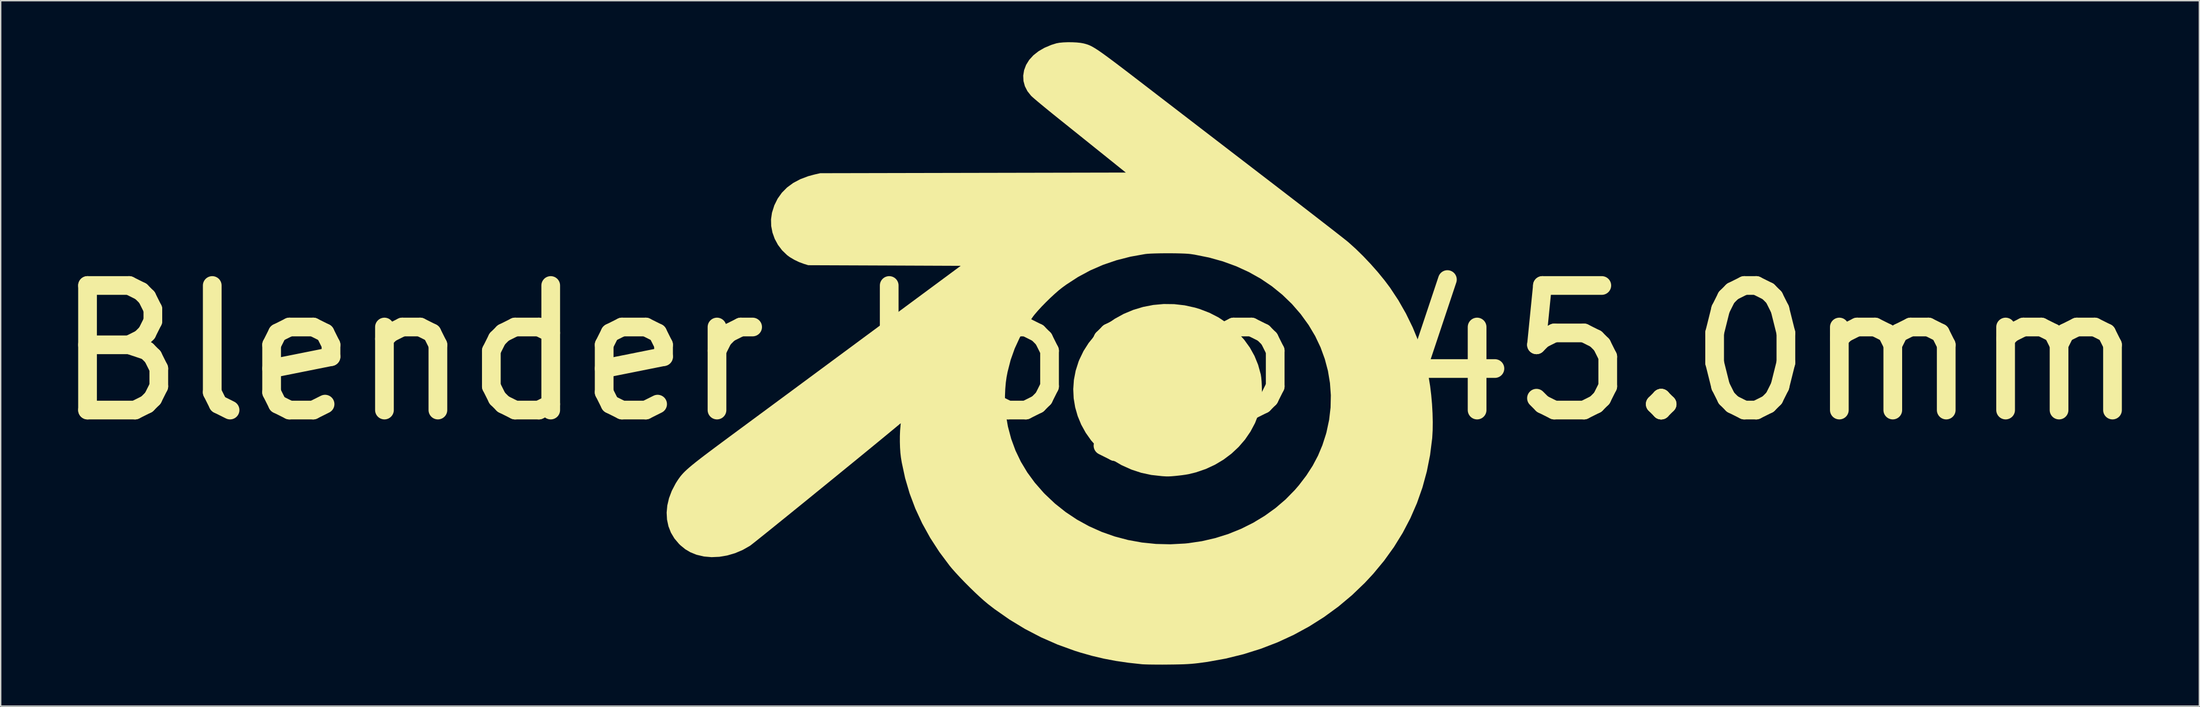
<source format=kicad_pcb>
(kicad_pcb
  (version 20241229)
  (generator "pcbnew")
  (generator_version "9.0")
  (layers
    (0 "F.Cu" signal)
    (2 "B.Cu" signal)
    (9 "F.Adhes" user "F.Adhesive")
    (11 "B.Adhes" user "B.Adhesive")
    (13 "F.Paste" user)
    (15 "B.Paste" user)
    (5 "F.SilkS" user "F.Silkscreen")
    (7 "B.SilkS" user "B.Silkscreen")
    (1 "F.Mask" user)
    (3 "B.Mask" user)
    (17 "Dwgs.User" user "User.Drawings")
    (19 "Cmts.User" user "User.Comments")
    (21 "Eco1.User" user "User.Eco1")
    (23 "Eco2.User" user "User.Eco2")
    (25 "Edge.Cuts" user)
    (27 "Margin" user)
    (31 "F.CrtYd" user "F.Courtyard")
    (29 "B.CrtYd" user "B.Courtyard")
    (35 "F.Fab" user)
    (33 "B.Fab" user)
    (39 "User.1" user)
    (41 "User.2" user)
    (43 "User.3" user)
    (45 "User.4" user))
  (footprint "Blender Logo 45.0mm"
    (layer "F.Cu")
    (at 76.339 22.482)
    (property "Reference" "Blender Logo 45.0mm" (at 0 0 180) (layer "F.SilkS") (effects (font (size 9 9) (thickness 1.35))))
    (attr board_only exclude_from_pos_files exclude_from_bom)
    (fp_poly (pts (xy 5.35 -3.559) (xy 6.107 -3.473) (xy 6.857 -3.307) (xy 7.216 -3.198) (xy 7.912 -2.928) (xy 8.55 -2.599) (xy 9.143 -2.204) (xy 9.702 -1.735) (xy 9.911 -1.534) (xy 10.404 -0.989) (xy 10.816 -0.418) (xy 11.15 0.185) (xy 11.41 0.824) (xy 11.598 1.505) (xy 11.6 1.512) (xy 11.635 1.736) (xy 11.661 2.024) (xy 11.677 2.351) (xy 11.683 2.694) (xy 11.678 3.032) (xy 11.663 3.34) (xy 11.637 3.597) (xy 11.621 3.693) (xy 11.443 4.378) (xy 11.188 5.031) (xy 10.859 5.649) (xy 10.463 6.227) (xy 10.003 6.76) (xy 9.485 7.244) (xy 8.913 7.674) (xy 8.292 8.045) (xy 7.626 8.354) (xy 6.921 8.595) (xy 6.389 8.725) (xy 6.186 8.76) (xy 5.94 8.796) (xy 5.67 8.828) (xy 5.399 8.856) (xy 5.148 8.877) (xy 4.939 8.888) (xy 4.794 8.888) (xy 4.792 8.888) (xy 4.684 8.881) (xy 4.536 8.872) (xy 4.469 8.867) (xy 3.701 8.782) (xy 2.973 8.626) (xy 2.269 8.394) (xy 1.576 8.083) (xy 1.553 8.072) (xy 0.914 7.701) (xy 0.333 7.276) (xy -0.187 6.802) (xy -0.643 6.286) (xy -1.034 5.731) (xy -1.358 5.144) (xy -1.611 4.53) (xy -1.793 3.895) (xy -1.901 3.244) (xy -1.932 2.582) (xy -1.885 1.915) (xy -1.757 1.249) (xy -1.547 0.588) (xy -1.492 0.453) (xy -1.191 -0.172) (xy -0.821 -0.753) (xy -0.376 -1.301) (xy -0.112 -1.576) (xy 0.448 -2.07) (xy 1.056 -2.496) (xy 1.707 -2.854) (xy 2.394 -3.141) (xy 3.108 -3.357) (xy 3.844 -3.5) (xy 4.593 -3.568)) (stroke (width 0) (type solid)) (fill yes) (layer "F.SilkS"))
    (fp_poly (pts (xy -2.006 -22.48) (xy -1.684 -22.464) (xy -1.397 -22.434) (xy -1.192 -22.396) (xy -1.081 -22.368) (xy -0.976 -22.338) (xy -0.872 -22.303) (xy -0.764 -22.261) (xy -0.65 -22.207) (xy -0.523 -22.14) (xy -0.381 -22.056) (xy -0.218 -21.953) (xy -0.031 -21.827) (xy 0.186 -21.675) (xy 0.435 -21.495) (xy 0.722 -21.283) (xy 1.051 -21.037) (xy 1.426 -20.753) (xy 1.852 -20.429) (xy 2.332 -20.061) (xy 2.871 -19.647) (xy 3.474 -19.183) (xy 3.576 -19.105) (xy 4.073 -18.722) (xy 4.631 -18.293) (xy 5.24 -17.825) (xy 5.892 -17.323) (xy 6.579 -16.795) (xy 7.293 -16.245) (xy 8.026 -15.682) (xy 8.768 -15.112) (xy 9.511 -14.54) (xy 10.248 -13.974) (xy 10.969 -13.42) (xy 11.667 -12.883) (xy 12.329 -12.375) (xy 12.924 -11.917) (xy 13.506 -11.469) (xy 14.071 -11.034) (xy 14.614 -10.615) (xy 15.131 -10.215) (xy 15.618 -9.838) (xy 16.071 -9.486) (xy 16.486 -9.165) (xy 16.857 -8.876) (xy 17.181 -8.622) (xy 17.454 -8.408) (xy 17.671 -8.237) (xy 17.828 -8.112) (xy 17.921 -8.035) (xy 17.922 -8.035) (xy 18.45 -7.56) (xy 18.993 -7.028) (xy 19.534 -6.457) (xy 20.053 -5.869) (xy 20.532 -5.282) (xy 20.931 -4.751) (xy 21.532 -3.84) (xy 22.079 -2.88) (xy 22.566 -1.882) (xy 22.987 -0.86) (xy 23.338 0.176) (xy 23.613 1.211) (xy 23.729 1.772) (xy 23.825 2.364) (xy 23.902 2.999) (xy 23.961 3.656) (xy 23.998 4.314) (xy 24.014 4.954) (xy 24.007 5.554) (xy 23.976 6.094) (xy 23.973 6.133) (xy 23.82 7.346) (xy 23.585 8.531) (xy 23.27 9.687) (xy 22.874 10.813) (xy 22.399 11.906) (xy 21.845 12.965) (xy 21.213 13.989) (xy 20.503 14.977) (xy 19.716 15.927) (xy 19.11 16.579) (xy 18.183 17.469) (xy 17.204 18.29) (xy 16.175 19.042) (xy 15.098 19.725) (xy 13.976 20.336) (xy 12.809 20.875) (xy 11.601 21.34) (xy 10.354 21.732) (xy 9.07 22.048) (xy 7.751 22.287) (xy 7.101 22.375) (xy 6.844 22.404) (xy 6.592 22.427) (xy 6.33 22.445) (xy 6.043 22.459) (xy 5.716 22.469) (xy 5.333 22.476) (xy 4.879 22.481) (xy 4.879 22.481) (xy 4.512 22.484) (xy 4.153 22.483) (xy 3.817 22.48) (xy 3.518 22.476) (xy 3.269 22.469) (xy 3.086 22.461) (xy 3.022 22.456) (xy 2.05 22.35) (xy 1.141 22.217) (xy 0.272 22.052) (xy -0.576 21.851) (xy -1.426 21.61) (xy -1.837 21.48) (xy -3.067 21.034) (xy -4.26 20.509) (xy -5.417 19.906) (xy -6.536 19.226) (xy -7.616 18.47) (xy -8.088 18.105) (xy -8.367 17.872) (xy -8.686 17.586) (xy -9.033 17.261) (xy -9.393 16.911) (xy -9.753 16.55) (xy -10.098 16.191) (xy -10.415 15.848) (xy -10.691 15.536) (xy -10.859 15.332) (xy -11.601 14.338) (xy -12.259 13.32) (xy -12.835 12.278) (xy -13.329 11.212) (xy -13.739 10.122) (xy -14.066 9.01) (xy -14.31 7.874) (xy -14.369 7.515) (xy -14.407 7.187) (xy -14.433 6.802) (xy -14.445 6.388) (xy -14.444 5.973) (xy -14.429 5.586) (xy -14.414 5.405) (xy -14.381 5.043) (xy -14.717 5.322) (xy -15.055 5.602) (xy -15.433 5.914) (xy -15.847 6.255) (xy -16.292 6.621) (xy -16.765 7.009) (xy -17.261 7.415) (xy -17.775 7.836) (xy -18.304 8.267) (xy -18.842 8.707) (xy -19.385 9.15) (xy -19.93 9.594) (xy -20.472 10.035) (xy -21.005 10.47) (xy -21.527 10.894) (xy -22.033 11.304) (xy -22.518 11.698) (xy -22.978 12.07) (xy -23.409 12.418) (xy -23.805 12.739) (xy -24.164 13.028) (xy -24.481 13.282) (xy -24.75 13.498) (xy -24.969 13.672) (xy -25.132 13.8) (xy -25.235 13.879) (xy -25.266 13.902) (xy -25.789 14.2) (xy -26.339 14.433) (xy -26.904 14.599) (xy -27.473 14.695) (xy -28.037 14.72) (xy -28.583 14.673) (xy -29.101 14.551) (xy -29.158 14.532) (xy -29.569 14.364) (xy -29.93 14.15) (xy -30.27 13.873) (xy -30.387 13.76) (xy -30.715 13.372) (xy -30.969 12.947) (xy -31.147 12.49) (xy -31.25 12.006) (xy -31.277 11.502) (xy -31.229 10.984) (xy -31.105 10.457) (xy -30.905 9.926) (xy -30.629 9.398) (xy -30.531 9.241) (xy -30.447 9.113) (xy -30.362 8.992) (xy -30.274 8.874) (xy -30.176 8.757) (xy -30.066 8.636) (xy -29.939 8.508) (xy -29.789 8.369) (xy -29.614 8.215) (xy -29.409 8.044) (xy -29.168 7.85) (xy -28.889 7.631) (xy -28.566 7.383) (xy -28.195 7.103) (xy -27.772 6.786) (xy -27.292 6.429) (xy -26.752 6.028) (xy -26.146 5.58) (xy -26.131 5.569) (xy -25.73 5.273) (xy -25.265 4.929) (xy -24.744 4.544) (xy -24.171 4.121) (xy -23.555 3.665) (xy -23.404 3.553) (xy -6.86 3.553) (xy -6.841 4.008) (xy -6.807 4.362) (xy -6.646 5.288) (xy -6.411 6.172) (xy -6.101 7.016) (xy -5.714 7.824) (xy -5.249 8.598) (xy -4.704 9.342) (xy -4.077 10.059) (xy -3.975 10.165) (xy -3.252 10.848) (xy -2.478 11.464) (xy -1.656 12.011) (xy -0.791 12.487) (xy 0.113 12.892) (xy 1.053 13.224) (xy 2.023 13.481) (xy 3.019 13.662) (xy 4.039 13.766) (xy 5.077 13.791) (xy 6.129 13.736) (xy 6.369 13.712) (xy 7.358 13.565) (xy 8.327 13.341) (xy 9.27 13.043) (xy 10.181 12.674) (xy 11.055 12.237) (xy 11.885 11.735) (xy 12.666 11.172) (xy 13.392 10.55) (xy 14.056 9.872) (xy 14.356 9.523) (xy 14.892 8.821) (xy 15.348 8.114) (xy 15.731 7.39) (xy 16.048 6.634) (xy 16.306 5.835) (xy 16.348 5.679) (xy 16.536 4.797) (xy 16.639 3.91) (xy 16.659 3.021) (xy 16.595 2.137) (xy 16.45 1.262) (xy 16.222 0.402) (xy 15.915 -0.439) (xy 15.528 -1.254) (xy 15.061 -2.04) (xy 15.054 -2.051) (xy 14.483 -2.84) (xy 13.85 -3.57) (xy 13.156 -4.24) (xy 12.405 -4.85) (xy 11.599 -5.396) (xy 10.74 -5.878) (xy 9.832 -6.295) (xy 8.876 -6.644) (xy 7.875 -6.924) (xy 6.832 -7.134) (xy 6.542 -7.178) (xy 6.357 -7.197) (xy 6.102 -7.212) (xy 5.792 -7.223) (xy 5.443 -7.231) (xy 5.072 -7.234) (xy 4.693 -7.234) (xy 4.323 -7.23) (xy 3.977 -7.222) (xy 3.672 -7.211) (xy 3.423 -7.196) (xy 3.259 -7.178) (xy 2.196 -6.988) (xy 1.184 -6.728) (xy 0.218 -6.398) (xy -0.705 -5.996) (xy -1.587 -5.521) (xy -2.433 -4.971) (xy -2.722 -4.76) (xy -2.985 -4.551) (xy -3.28 -4.292) (xy -3.594 -4.001) (xy -3.91 -3.691) (xy -4.214 -3.38) (xy -4.488 -3.081) (xy -4.719 -2.811) (xy -4.826 -2.674) (xy -5.351 -1.913) (xy -5.794 -1.141) (xy -6.158 -0.35) (xy -6.449 0.47) (xy -6.669 1.329) (xy -6.743 1.706) (xy -6.8 2.115) (xy -6.839 2.578) (xy -6.859 3.067) (xy -6.86 3.553) (xy -23.404 3.553) (xy -22.9 3.181) (xy -22.213 2.673) (xy -21.501 2.146) (xy -20.769 1.604) (xy -20.024 1.053) (xy -19.272 0.496) (xy -18.519 -0.061) (xy -17.771 -0.614) (xy -17.036 -1.159) (xy -16.44 -1.599) (xy -10.054 -6.327) (xy -15.555 -6.35) (xy -21.056 -6.372) (xy -21.379 -6.471) (xy -21.722 -6.598) (xy -22.068 -6.765) (xy -22.385 -6.953) (xy -22.583 -7.099) (xy -22.945 -7.448) (xy -23.244 -7.843) (xy -23.477 -8.275) (xy -23.641 -8.733) (xy -23.731 -9.206) (xy -23.744 -9.684) (xy -23.676 -10.156) (xy -23.674 -10.166) (xy -23.505 -10.699) (xy -23.267 -11.181) (xy -22.96 -11.611) (xy -22.585 -11.989) (xy -22.143 -12.314) (xy -21.635 -12.585) (xy -21.061 -12.802) (xy -20.617 -12.922) (xy -20.192 -13.019) (xy -9.166 -13.042) (xy 1.861 -13.065) (xy 0.277 -14.339) (xy -0.108 -14.648) (xy -0.544 -14.998) (xy -1.012 -15.374) (xy -1.496 -15.763) (xy -1.978 -16.15) (xy -2.442 -16.522) (xy -2.87 -16.865) (xy -3.019 -16.985) (xy -3.362 -17.261) (xy -3.692 -17.529) (xy -4.001 -17.782) (xy -4.282 -18.014) (xy -4.527 -18.219) (xy -4.728 -18.39) (xy -4.877 -18.52) (xy -4.967 -18.604) (xy -4.975 -18.612) (xy -5.239 -18.944) (xy -5.422 -19.302) (xy -5.524 -19.679) (xy -5.543 -20.068) (xy -5.479 -20.463) (xy -5.335 -20.844) (xy -5.112 -21.205) (xy -4.813 -21.534) (xy -4.445 -21.826) (xy -4.012 -22.078) (xy -3.52 -22.286) (xy -3.154 -22.401) (xy -2.935 -22.442) (xy -2.655 -22.469) (xy -2.337 -22.482)) (stroke (width 0) (type solid)) (fill yes) (layer "F.SilkS")))
  (gr_rect
    (start -3 -3)
    (end 155.679 47.966)
    (stroke (width 0.1) (type default))
    (fill no)
    (layer "Edge.Cuts")))
</source>
